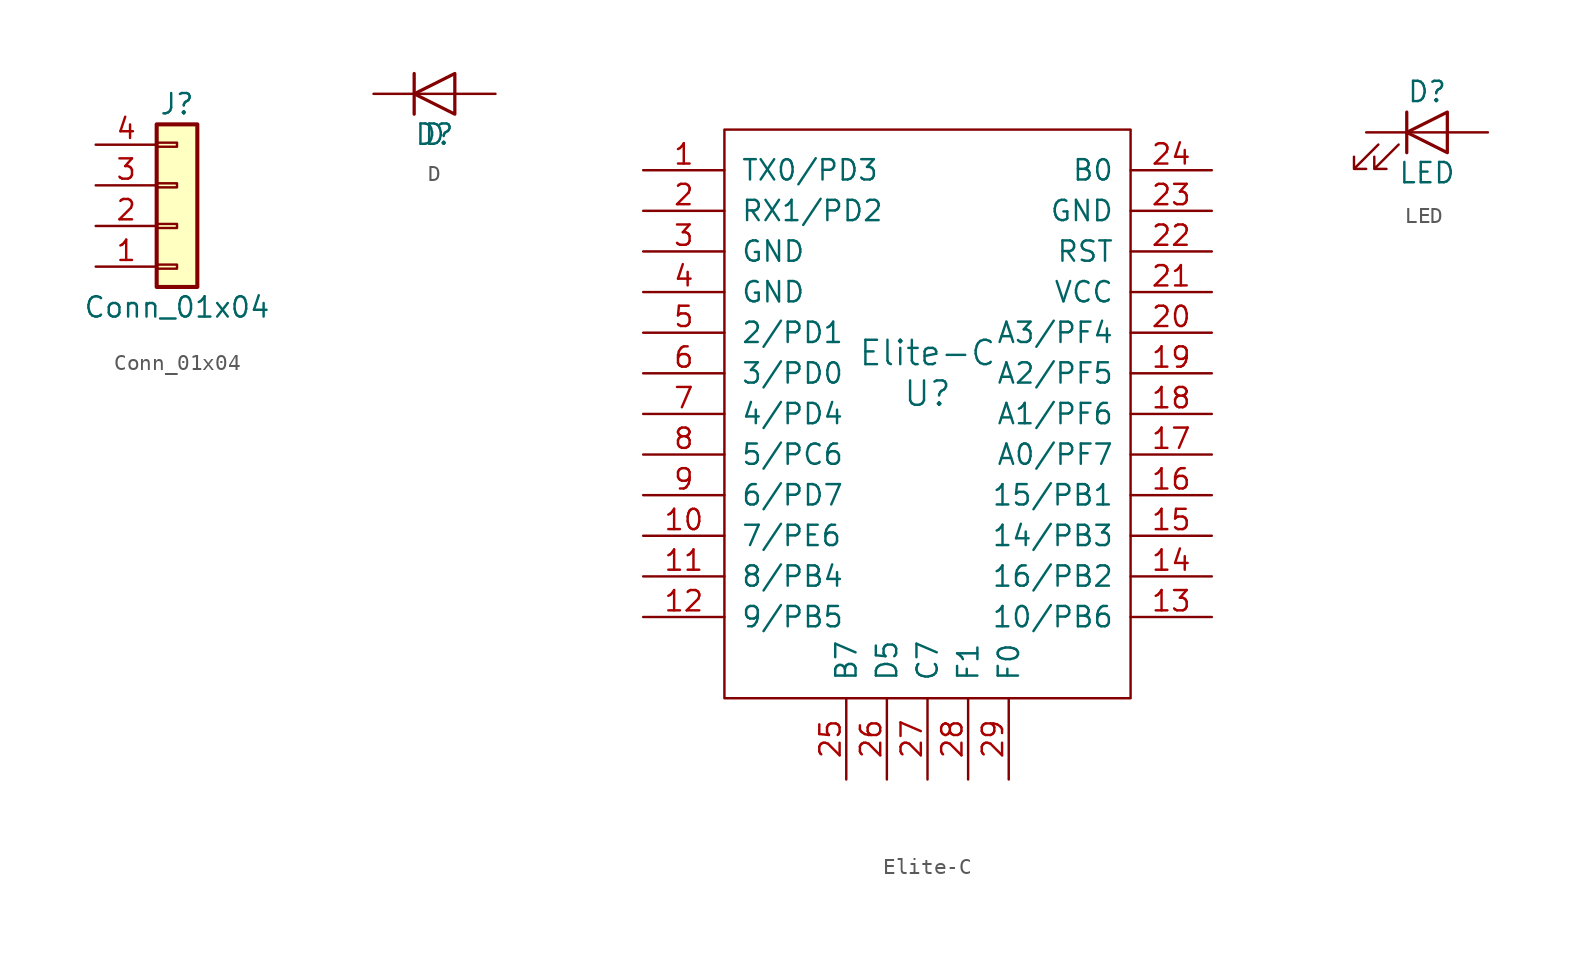
<source format=kicad_sym>
(kicad_symbol_lib
  (version 20211014)
  (generator kicad_symbol_editor)
  (symbol "Conn_01x04"
    (pin_names
      (offset 1.016) hide)
    (property "Reference" "J"
      (at 0 5.08 0)
      (effects (font (size 1.27 1.27))))
    (property "Value" "Conn_01x04"
      (at 0 -7.62 0)
      (effects (font (size 1.27 1.27))))
    (symbol "Conn_01x04_1_1"
      (rectangle (start -1.27 -4.953) (end 0 -5.207) (stroke (width 0.152) (type default) (color 0 0 0 0)) (fill (type none)))
      (rectangle (start -1.27 -2.413) (end 0 -2.667) (stroke (width 0.152) (type default) (color 0 0 0 0)) (fill (type none)))
      (rectangle (start -1.27 0.127) (end 0 -0.127) (stroke (width 0.152) (type default) (color 0 0 0 0)) (fill (type none)))
      (rectangle (start -1.27 2.667) (end 0 2.413) (stroke (width 0.152) (type default) (color 0 0 0 0)) (fill (type none)))
      (rectangle (start -1.27 3.81) (end 1.27 -6.35) (stroke (width 0.254) (type default) (color 0 0 0 0)) (fill (type background)))
      (pin passive line (at -5.08 -5.08 0) (length 3.81) (name "Pin_1" (effects (font (size 1.27 1.27)))) (number "1" (effects (font (size 1.27 1.27)))))
      (pin passive line (at -5.08 -2.54 0) (length 3.81) (name "Pin_2" (effects (font (size 1.27 1.27)))) (number "2" (effects (font (size 1.27 1.27)))))
      (pin passive line (at -5.08 0 0) (length 3.81) (name "Pin_3" (effects (font (size 1.27 1.27)))) (number "3" (effects (font (size 1.27 1.27)))))
      (pin passive line (at -5.08 2.54 0) (length 3.81) (name "Pin_4" (effects (font (size 1.27 1.27)))) (number "4" (effects (font (size 1.27 1.27)))))))
  (symbol "D"
    (pin_numbers hide)
    (pin_names
      (offset 1.016) hide)
    (property "Reference" "D"
      (at 0 -2.54 0)
      (effects (font (size 1.27 1.27))))
    (property "Value" "D"
      (at 0 -2.54 0)
      (effects (font (size 1.27 1.27))))
    (symbol "D_0_1"
      (polyline (pts (xy -1.27 1.27) (xy -1.27 -1.27)) (stroke (width 0.203) (type default) (color 0 0 0 0)) (fill (type none)))
      (polyline (pts (xy 1.27 0) (xy -1.27 0)) (stroke (width 0) (type default) (color 0 0 0 0)) (fill (type none)))
      (polyline (pts (xy 1.27 1.27) (xy 1.27 -1.27) (xy -1.27 0) (xy 1.27 1.27)) (stroke (width 0.203) (type default) (color 0 0 0 0)) (fill (type none))))
    (symbol "D_1_1"
      (pin passive line (at -3.81 0 0) (length 2.54) (name "K" (effects (font (size 1.27 1.27)))) (number "1" (effects (font (size 1.27 1.27)))))
      (pin passive line (at 3.81 0 180) (length 2.54) (name "A" (effects (font (size 1.27 1.27)))) (number "2" (effects (font (size 1.27 1.27)))))))
  (symbol "Elite-C"
    (pin_names
      (offset 1.016))
    (property "Reference" "U"
      (at 0 0 0)
      (effects (font (size 1.524 1.524))))
    (property "Value" "Elite-C"
      (at 0 2.54 0)
      (effects (font (size 1.524 1.524))))
    (symbol "Elite-C_0_1"
      (rectangle (start 12.7 -19.05) (end -12.7 16.51) (stroke (width 0) (type default) (color 0 0 0 0)) (fill (type none))))
    (symbol "Elite-C_1_1"
      (pin input line (at -17.78 13.97 0) (length 5.08) (name "TX0/PD3" (effects (font (size 1.27 1.27)))) (number "1" (effects (font (size 1.27 1.27)))))
      (pin input line (at -17.78 -8.89 0) (length 5.08) (name "7/PE6" (effects (font (size 1.27 1.27)))) (number "10" (effects (font (size 1.27 1.27)))))
      (pin input line (at -17.78 -11.43 0) (length 5.08) (name "8/PB4" (effects (font (size 1.27 1.27)))) (number "11" (effects (font (size 1.27 1.27)))))
      (pin input line (at -17.78 -13.97 0) (length 5.08) (name "9/PB5" (effects (font (size 1.27 1.27)))) (number "12" (effects (font (size 1.27 1.27)))))
      (pin input line (at 17.78 -13.97 180) (length 5.08) (name "10/PB6" (effects (font (size 1.27 1.27)))) (number "13" (effects (font (size 1.27 1.27)))))
      (pin input line (at 17.78 -11.43 180) (length 5.08) (name "16/PB2" (effects (font (size 1.27 1.27)))) (number "14" (effects (font (size 1.27 1.27)))))
      (pin input line (at 17.78 -8.89 180) (length 5.08) (name "14/PB3" (effects (font (size 1.27 1.27)))) (number "15" (effects (font (size 1.27 1.27)))))
      (pin input line (at 17.78 -6.35 180) (length 5.08) (name "15/PB1" (effects (font (size 1.27 1.27)))) (number "16" (effects (font (size 1.27 1.27)))))
      (pin input line (at 17.78 -3.81 180) (length 5.08) (name "A0/PF7" (effects (font (size 1.27 1.27)))) (number "17" (effects (font (size 1.27 1.27)))))
      (pin input line (at 17.78 -1.27 180) (length 5.08) (name "A1/PF6" (effects (font (size 1.27 1.27)))) (number "18" (effects (font (size 1.27 1.27)))))
      (pin input line (at 17.78 1.27 180) (length 5.08) (name "A2/PF5" (effects (font (size 1.27 1.27)))) (number "19" (effects (font (size 1.27 1.27)))))
      (pin input line (at -17.78 11.43 0) (length 5.08) (name "RX1/PD2" (effects (font (size 1.27 1.27)))) (number "2" (effects (font (size 1.27 1.27)))))
      (pin input line (at 17.78 3.81 180) (length 5.08) (name "A3/PF4" (effects (font (size 1.27 1.27)))) (number "20" (effects (font (size 1.27 1.27)))))
      (pin power_in line (at 17.78 6.35 180) (length 5.08) (name "VCC" (effects (font (size 1.27 1.27)))) (number "21" (effects (font (size 1.27 1.27)))))
      (pin input line (at 17.78 8.89 180) (length 5.08) (name "RST" (effects (font (size 1.27 1.27)))) (number "22" (effects (font (size 1.27 1.27)))))
      (pin power_in line (at 17.78 11.43 180) (length 5.08) (name "GND" (effects (font (size 1.27 1.27)))) (number "23" (effects (font (size 1.27 1.27)))))
      (pin input line (at 17.78 13.97 180) (length 5.08) (name "B0" (effects (font (size 1.27 1.27)))) (number "24" (effects (font (size 1.27 1.27)))))
      (pin input line (at -5.08 -24.13 90) (length 5.08) (name "B7" (effects (font (size 1.27 1.27)))) (number "25" (effects (font (size 1.27 1.27)))))
      (pin input line (at -2.54 -24.13 90) (length 5.08) (name "D5" (effects (font (size 1.27 1.27)))) (number "26" (effects (font (size 1.27 1.27)))))
      (pin input line (at 0 -24.13 90) (length 5.08) (name "C7" (effects (font (size 1.27 1.27)))) (number "27" (effects (font (size 1.27 1.27)))))
      (pin input line (at 2.54 -24.13 90) (length 5.08) (name "F1" (effects (font (size 1.27 1.27)))) (number "28" (effects (font (size 1.27 1.27)))))
      (pin input line (at 5.08 -24.13 90) (length 5.08) (name "F0" (effects (font (size 1.27 1.27)))) (number "29" (effects (font (size 1.27 1.27)))))
      (pin power_in line (at -17.78 8.89 0) (length 5.08) (name "GND" (effects (font (size 1.27 1.27)))) (number "3" (effects (font (size 1.27 1.27)))))
      (pin power_in line (at -17.78 6.35 0) (length 5.08) (name "GND" (effects (font (size 1.27 1.27)))) (number "4" (effects (font (size 1.27 1.27)))))
      (pin input line (at -17.78 3.81 0) (length 5.08) (name "2/PD1" (effects (font (size 1.27 1.27)))) (number "5" (effects (font (size 1.27 1.27)))))
      (pin input line (at -17.78 1.27 0) (length 5.08) (name "3/PD0" (effects (font (size 1.27 1.27)))) (number "6" (effects (font (size 1.27 1.27)))))
      (pin input line (at -17.78 -1.27 0) (length 5.08) (name "4/PD4" (effects (font (size 1.27 1.27)))) (number "7" (effects (font (size 1.27 1.27)))))
      (pin input line (at -17.78 -3.81 0) (length 5.08) (name "5/PC6" (effects (font (size 1.27 1.27)))) (number "8" (effects (font (size 1.27 1.27)))))
      (pin input line (at -17.78 -6.35 0) (length 5.08) (name "6/PD7" (effects (font (size 1.27 1.27)))) (number "9" (effects (font (size 1.27 1.27)))))))
  (symbol "LED"
    (pin_numbers hide)
    (pin_names
      (offset 1.016) hide)
    (property "Reference" "D"
      (at 0 2.54 0)
      (effects (font (size 1.27 1.27))))
    (property "Value" "LED"
      (at 0 -2.54 0)
      (effects (font (size 1.27 1.27))))
    (symbol "LED_0_1"
      (polyline (pts (xy -1.27 -1.27) (xy -1.27 1.27)) (stroke (width 0.203) (type default) (color 0 0 0 0)) (fill (type none)))
      (polyline (pts (xy -1.27 0) (xy 1.27 0)) (stroke (width 0) (type default) (color 0 0 0 0)) (fill (type none)))
      (polyline (pts (xy 1.27 -1.27) (xy 1.27 1.27) (xy -1.27 0) (xy 1.27 -1.27)) (stroke (width 0.203) (type default) (color 0 0 0 0)) (fill (type none)))
      (polyline (pts (xy -3.048 -0.762) (xy -4.572 -2.286) (xy -3.81 -2.286) (xy -4.572 -2.286) (xy -4.572 -1.524)) (stroke (width 0) (type default) (color 0 0 0 0)) (fill (type none)))
      (polyline (pts (xy -1.778 -0.762) (xy -3.302 -2.286) (xy -2.54 -2.286) (xy -3.302 -2.286) (xy -3.302 -1.524)) (stroke (width 0) (type default) (color 0 0 0 0)) (fill (type none))))
    (symbol "LED_1_1"
      (pin passive line (at -3.81 0 0) (length 2.54) (name "K" (effects (font (size 1.27 1.27)))) (number "1" (effects (font (size 1.27 1.27)))))
      (pin passive line (at 3.81 0 180) (length 2.54) (name "A" (effects (font (size 1.27 1.27)))) (number "2" (effects (font (size 1.27 1.27))))))))
</source>
